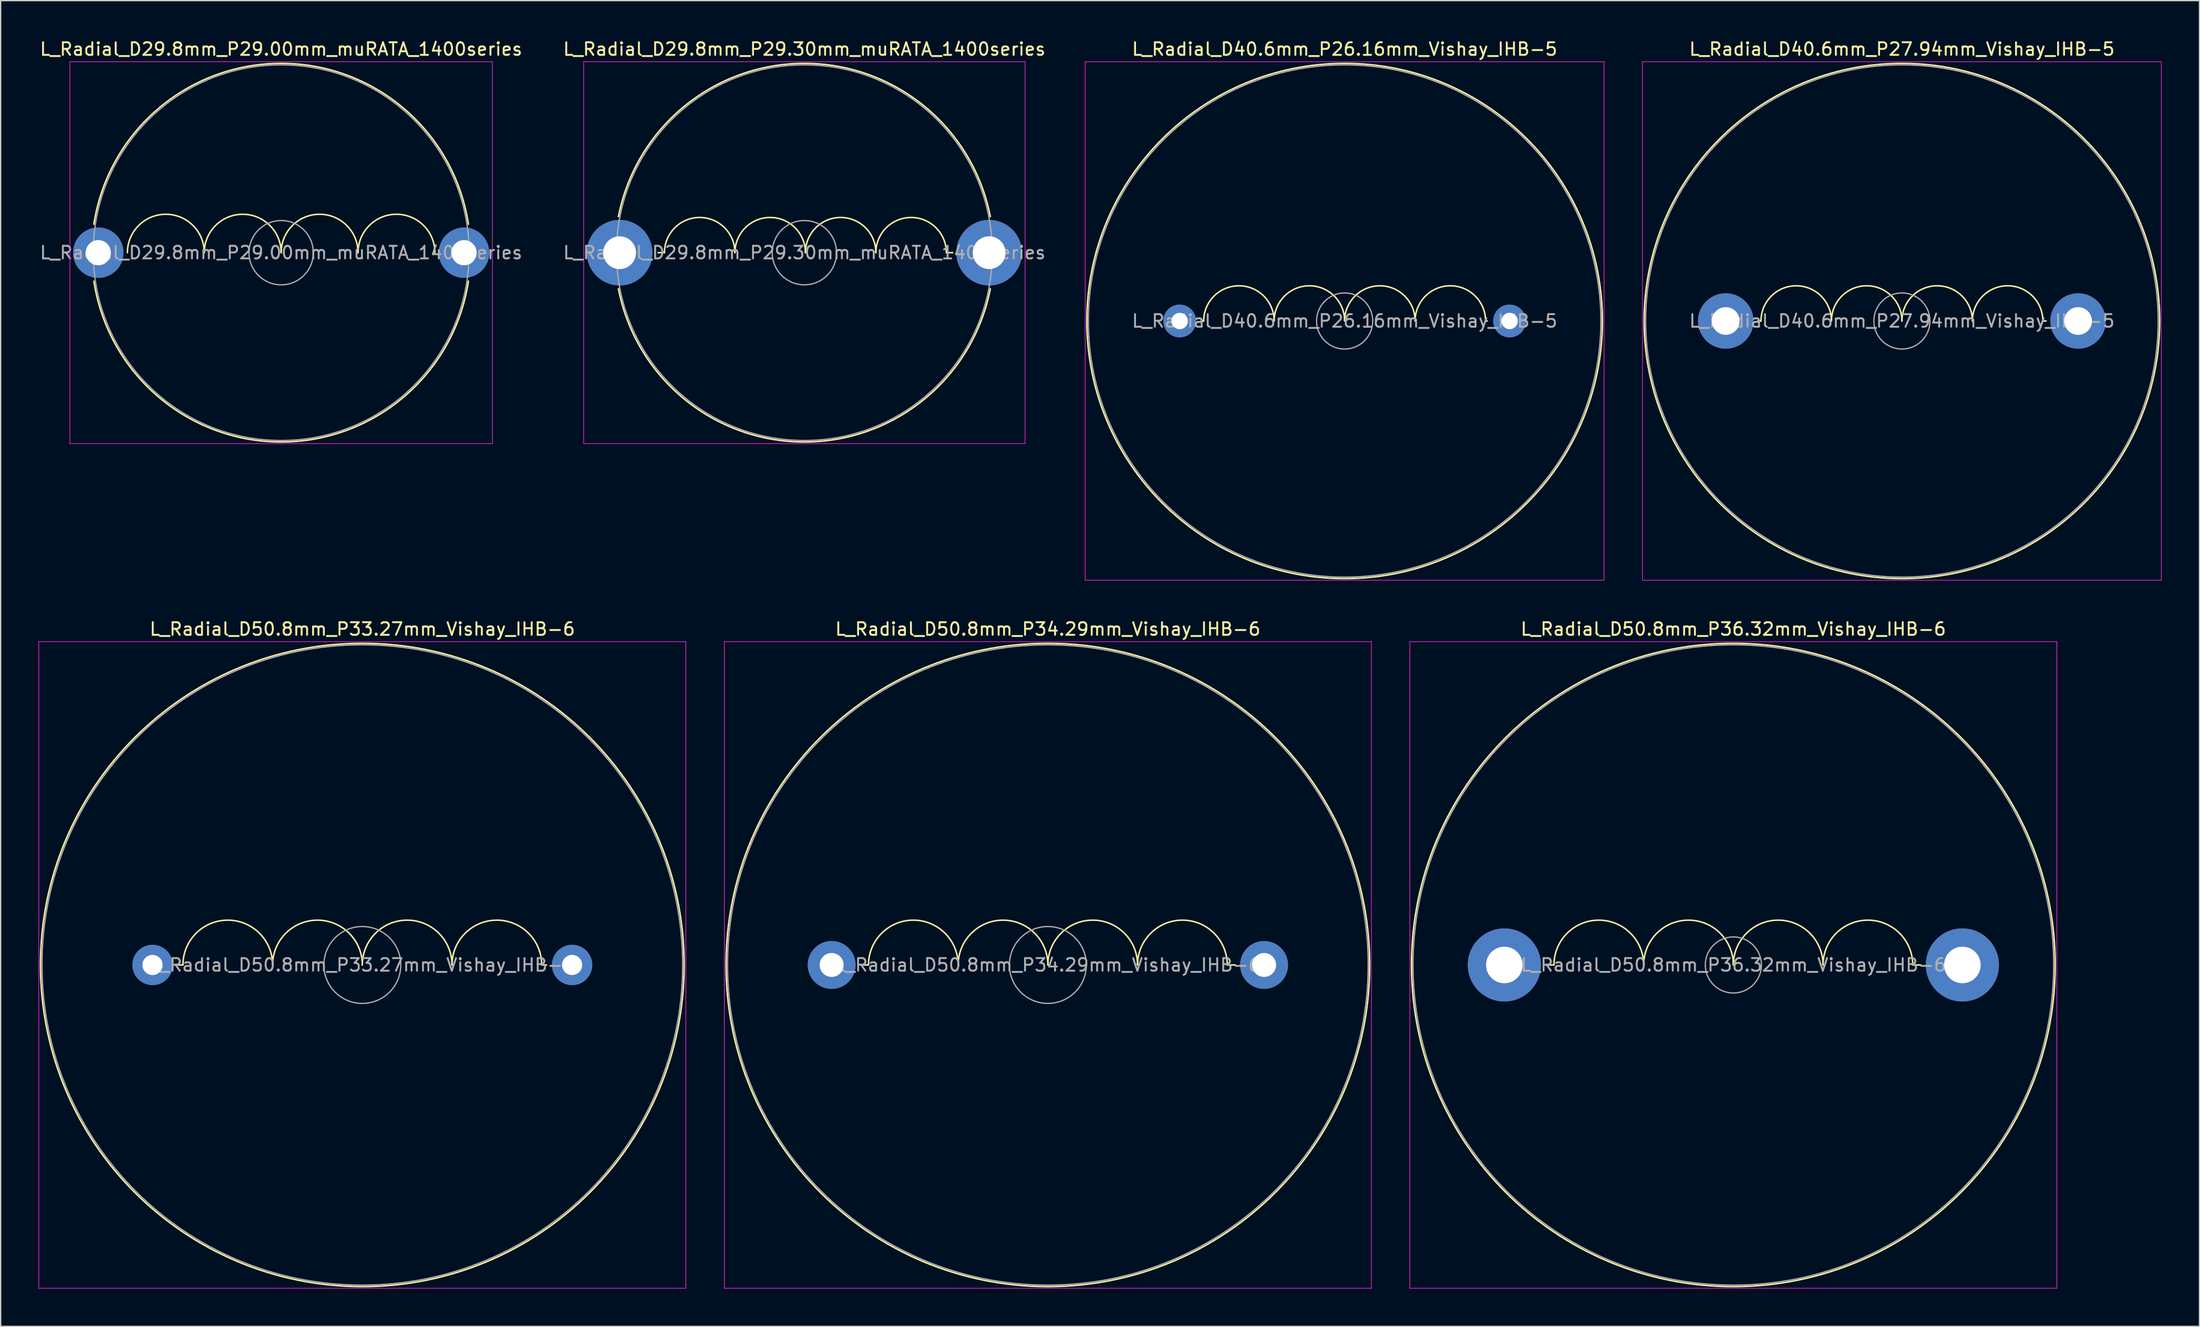
<source format=kicad_pcb>
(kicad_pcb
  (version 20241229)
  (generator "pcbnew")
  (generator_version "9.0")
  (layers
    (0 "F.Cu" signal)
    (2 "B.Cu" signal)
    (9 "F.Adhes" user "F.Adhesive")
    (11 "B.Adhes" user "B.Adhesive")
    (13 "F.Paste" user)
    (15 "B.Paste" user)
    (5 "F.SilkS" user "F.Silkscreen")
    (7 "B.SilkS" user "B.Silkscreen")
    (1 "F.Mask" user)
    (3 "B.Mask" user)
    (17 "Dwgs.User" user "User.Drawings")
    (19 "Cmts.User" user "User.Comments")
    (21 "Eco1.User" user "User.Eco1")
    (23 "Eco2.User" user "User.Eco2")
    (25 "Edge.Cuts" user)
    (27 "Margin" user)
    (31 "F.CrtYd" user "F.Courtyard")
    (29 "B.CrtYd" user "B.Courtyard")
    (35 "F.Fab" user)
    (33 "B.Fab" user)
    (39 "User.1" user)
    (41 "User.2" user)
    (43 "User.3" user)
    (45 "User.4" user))
  (footprint "L_Radial_D50.8mm_P34.29mm_Vishay_IHB-6"
    (layer "F.Cu")
    (at 62.895 73.511)
    (property "Reference" "L_Radial_D50.8mm_P34.29mm_Vishay_IHB-6" (at 17.145 -26.65 0) (layer "F.SilkS") (effects (font (size 1 1) (thickness 0.15))))
    (attr through_hole)
    (fp_line (start 2.921 0) (end 2.286 0) (stroke (width 0.12) (type solid)) (layer "F.SilkS"))
    (fp_line (start 31.369 0) (end 32.004 0) (stroke (width 0.12) (type solid)) (layer "F.SilkS"))
    (fp_arc (start 2.921 0) (mid 6.477 -3.556) (end 10.033 0) (stroke (width 0.12) (type solid)) (layer "F.SilkS"))
    (fp_arc (start 10.033 0) (mid 13.589 -3.556) (end 17.145 0) (stroke (width 0.12) (type solid)) (layer "F.SilkS"))
    (fp_arc (start 17.145 0) (mid 20.701 -3.556) (end 24.257 0) (stroke (width 0.12) (type solid)) (layer "F.SilkS"))
    (fp_arc (start 24.257 0) (mid 27.813 -3.556) (end 31.369 0) (stroke (width 0.12) (type solid)) (layer "F.SilkS"))
    (fp_circle (center 17.145 0) (end 42.665 0) (stroke (width 0.12) (type solid)) (fill no) (layer "F.SilkS"))
    (fp_line (start -8.51 -25.65) (end -8.51 25.65) (stroke (width 0.05) (type solid)) (layer "F.CrtYd"))
    (fp_line (start -8.51 25.65) (end 42.8 25.65) (stroke (width 0.05) (type solid)) (layer "F.CrtYd"))
    (fp_line (start 42.8 -25.65) (end -8.51 -25.65) (stroke (width 0.05) (type solid)) (layer "F.CrtYd"))
    (fp_line (start 42.8 25.65) (end 42.8 -25.65) (stroke (width 0.05) (type solid)) (layer "F.CrtYd"))
    (fp_circle (center 17.145 0) (end 20.195 0) (stroke (width 0.1) (type solid)) (fill no) (layer "F.Fab"))
    (fp_circle (center 17.145 0) (end 42.545 0) (stroke (width 0.1) (type solid)) (fill no) (layer "F.Fab"))
    (fp_text user "${REFERENCE}" (at 17.145 0 0) (layer "F.Fab") (effects (font (size 1 1) (thickness 0.15))))
    (pad "1" thru_hole circle (at 0 0) (size 3.8 3.8) (drill 1.9) (layers "*.Cu" "*.Mask"))
    (pad "2" thru_hole circle (at 34.29 0) (size 3.8 3.8) (drill 1.9) (layers "*.Cu" "*.Mask")))
  (footprint "L_Radial_D40.6mm_P27.94mm_Vishay_IHB-5"
    (layer "F.Cu")
    (at 133.791 22.418)
    (property "Reference" "L_Radial_D40.6mm_P27.94mm_Vishay_IHB-5" (at 13.97 -21.57 0) (layer "F.SilkS") (effects (font (size 1 1) (thickness 0.15))))
    (attr through_hole)
    (fp_line (start 2.794 0) (end 2.54 0) (stroke (width 0.12) (type solid)) (layer "F.SilkS"))
    (fp_line (start 25.146 0) (end 25.4 0) (stroke (width 0.12) (type solid)) (layer "F.SilkS"))
    (fp_arc (start 2.794 0) (mid 5.588 -2.794) (end 8.382 0) (stroke (width 0.12) (type solid)) (layer "F.SilkS"))
    (fp_arc (start 8.382 0) (mid 11.176 -2.794) (end 13.97 0) (stroke (width 0.12) (type solid)) (layer "F.SilkS"))
    (fp_arc (start 13.97 0) (mid 16.764 -2.794) (end 19.558 0) (stroke (width 0.12) (type solid)) (layer "F.SilkS"))
    (fp_arc (start 19.558 0) (mid 22.352 -2.794) (end 25.146 0) (stroke (width 0.12) (type solid)) (layer "F.SilkS"))
    (fp_circle (center 13.97 0) (end 34.41 0) (stroke (width 0.12) (type solid)) (fill no) (layer "F.SilkS"))
    (fp_line (start -6.6 -20.57) (end -6.6 20.57) (stroke (width 0.05) (type solid)) (layer "F.CrtYd"))
    (fp_line (start -6.6 20.57) (end 34.54 20.57) (stroke (width 0.05) (type solid)) (layer "F.CrtYd"))
    (fp_line (start 34.54 -20.57) (end -6.6 -20.57) (stroke (width 0.05) (type solid)) (layer "F.CrtYd"))
    (fp_line (start 34.54 20.57) (end 34.54 -20.57) (stroke (width 0.05) (type solid)) (layer "F.CrtYd"))
    (fp_circle (center 13.97 0) (end 16.195 0) (stroke (width 0.1) (type solid)) (fill no) (layer "F.Fab"))
    (fp_circle (center 13.97 0) (end 34.29 0) (stroke (width 0.1) (type solid)) (fill no) (layer "F.Fab"))
    (fp_text user "${REFERENCE}" (at 13.97 0 0) (layer "F.Fab") (effects (font (size 1 1) (thickness 0.15))))
    (pad "1" thru_hole circle (at 0 0) (size 4.4 4.4) (drill 2.2) (layers "*.Cu" "*.Mask"))
    (pad "2" thru_hole circle (at 27.94 0) (size 4.4 4.4) (drill 2.2) (layers "*.Cu" "*.Mask")))
  (footprint "L_Radial_D40.6mm_P26.16mm_Vishay_IHB-5"
    (layer "F.Cu")
    (at 90.491 22.418)
    (property "Reference" "L_Radial_D40.6mm_P26.16mm_Vishay_IHB-5" (at 13.08 -21.57 0) (layer "F.SilkS") (effects (font (size 1 1) (thickness 0.15))))
    (attr through_hole)
    (fp_line (start 1.904 0) (end 1.778 0) (stroke (width 0.12) (type solid)) (layer "F.SilkS"))
    (fp_line (start 24.256 0) (end 24.384 0) (stroke (width 0.12) (type solid)) (layer "F.SilkS"))
    (fp_arc (start 1.904 0) (mid 4.698 -2.794) (end 7.492 0) (stroke (width 0.12) (type solid)) (layer "F.SilkS"))
    (fp_arc (start 7.492 0) (mid 10.286 -2.794) (end 13.08 0) (stroke (width 0.12) (type solid)) (layer "F.SilkS"))
    (fp_arc (start 13.08 0) (mid 15.874 -2.794) (end 18.668 0) (stroke (width 0.12) (type solid)) (layer "F.SilkS"))
    (fp_arc (start 18.668 0) (mid 21.462 -2.794) (end 24.256 0) (stroke (width 0.12) (type solid)) (layer "F.SilkS"))
    (fp_circle (center 13.08 0) (end 33.52 0) (stroke (width 0.12) (type solid)) (fill no) (layer "F.SilkS"))
    (fp_line (start -7.49 -20.57) (end -7.49 20.57) (stroke (width 0.05) (type solid)) (layer "F.CrtYd"))
    (fp_line (start -7.49 20.57) (end 33.65 20.57) (stroke (width 0.05) (type solid)) (layer "F.CrtYd"))
    (fp_line (start 33.65 -20.57) (end -7.49 -20.57) (stroke (width 0.05) (type solid)) (layer "F.CrtYd"))
    (fp_line (start 33.65 20.57) (end 33.65 -20.57) (stroke (width 0.05) (type solid)) (layer "F.CrtYd"))
    (fp_circle (center 13.08 0) (end 15.305 0) (stroke (width 0.1) (type solid)) (fill no) (layer "F.Fab"))
    (fp_circle (center 13.08 0) (end 33.4 0) (stroke (width 0.1) (type solid)) (fill no) (layer "F.Fab"))
    (fp_text user "${REFERENCE}" (at 13.08 0 0) (layer "F.Fab") (effects (font (size 1 1) (thickness 0.15))))
    (pad "1" thru_hole circle (at 0 0) (size 2.6 2.6) (drill 1.3) (layers "*.Cu" "*.Mask"))
    (pad "2" thru_hole circle (at 26.16 0) (size 2.6 2.6) (drill 1.3) (layers "*.Cu" "*.Mask")))
  (footprint "L_Radial_D50.8mm_P33.27mm_Vishay_IHB-6"
    (layer "F.Cu")
    (at 9.045 73.511)
    (property "Reference" "L_Radial_D50.8mm_P33.27mm_Vishay_IHB-6" (at 16.635 -26.65 0) (layer "F.SilkS") (effects (font (size 1 1) (thickness 0.15))))
    (attr through_hole)
    (fp_line (start 2.411 0) (end 2.032 0) (stroke (width 0.12) (type solid)) (layer "F.SilkS"))
    (fp_line (start 30.859 0) (end 31.242 0) (stroke (width 0.12) (type solid)) (layer "F.SilkS"))
    (fp_arc (start 2.411 0) (mid 5.967 -3.556) (end 9.523 0) (stroke (width 0.12) (type solid)) (layer "F.SilkS"))
    (fp_arc (start 9.523 0) (mid 13.079 -3.556) (end 16.635 0) (stroke (width 0.12) (type solid)) (layer "F.SilkS"))
    (fp_arc (start 16.635 0) (mid 20.191 -3.556) (end 23.747 0) (stroke (width 0.12) (type solid)) (layer "F.SilkS"))
    (fp_arc (start 23.747 0) (mid 27.303 -3.556) (end 30.859 0) (stroke (width 0.12) (type solid)) (layer "F.SilkS"))
    (fp_circle (center 16.635 0) (end 42.155 0) (stroke (width 0.12) (type solid)) (fill no) (layer "F.SilkS"))
    (fp_line (start -9.02 -25.65) (end -9.02 25.65) (stroke (width 0.05) (type solid)) (layer "F.CrtYd"))
    (fp_line (start -9.02 25.65) (end 42.29 25.65) (stroke (width 0.05) (type solid)) (layer "F.CrtYd"))
    (fp_line (start 42.29 -25.65) (end -9.02 -25.65) (stroke (width 0.05) (type solid)) (layer "F.CrtYd"))
    (fp_line (start 42.29 25.65) (end 42.29 -25.65) (stroke (width 0.05) (type solid)) (layer "F.CrtYd"))
    (fp_circle (center 16.635 0) (end 19.685 0) (stroke (width 0.1) (type solid)) (fill no) (layer "F.Fab"))
    (fp_circle (center 16.635 0) (end 42.035 0) (stroke (width 0.1) (type solid)) (fill no) (layer "F.Fab"))
    (fp_text user "${REFERENCE}" (at 16.635 0 0) (layer "F.Fab") (effects (font (size 1 1) (thickness 0.15))))
    (pad "1" thru_hole circle (at 0 0) (size 3.2 3.2) (drill 1.6) (layers "*.Cu" "*.Mask"))
    (pad "2" thru_hole circle (at 33.27 0) (size 3.2 3.2) (drill 1.6) (layers "*.Cu" "*.Mask")))
  (footprint "L_Radial_D29.8mm_P29.00mm_muRATA_1400series"
    (layer "F.Cu")
    (at 4.744 16.998)
    (property "Reference" "L_Radial_D29.8mm_P29.00mm_muRATA_1400series" (at 14.5 -16.15 0) (layer "F.SilkS") (effects (font (size 1 1) (thickness 0.15))))
    (attr through_hole)
    (fp_arc (start -0.349 -2.26) (mid 14.5 -15.02) (end 29.349 -2.26) (stroke (width 0.12) (type solid)) (layer "F.SilkS"))
    (fp_arc (start 2.308 0) (mid 5.356 -3.048) (end 8.404 0) (stroke (width 0.12) (type solid)) (layer "F.SilkS"))
    (fp_arc (start 8.404 0) (mid 11.452 -3.048) (end 14.5 0) (stroke (width 0.12) (type solid)) (layer "F.SilkS"))
    (fp_arc (start 14.5 0) (mid 17.548 -3.048) (end 20.596 0) (stroke (width 0.12) (type solid)) (layer "F.SilkS"))
    (fp_arc (start 20.596 0) (mid 23.644 -3.048) (end 26.692 0) (stroke (width 0.12) (type solid)) (layer "F.SilkS"))
    (fp_arc (start 29.349 2.26) (mid 14.5 15.02) (end -0.349 2.26) (stroke (width 0.12) (type solid)) (layer "F.SilkS"))
    (fp_line (start -2.25 -15.15) (end -2.25 15.15) (stroke (width 0.05) (type solid)) (layer "F.CrtYd"))
    (fp_line (start -2.25 15.15) (end 31.25 15.15) (stroke (width 0.05) (type solid)) (layer "F.CrtYd"))
    (fp_line (start 31.25 -15.15) (end -2.25 -15.15) (stroke (width 0.05) (type solid)) (layer "F.CrtYd"))
    (fp_line (start 31.25 15.15) (end 31.25 -15.15) (stroke (width 0.05) (type solid)) (layer "F.CrtYd"))
    (fp_circle (center 14.5 0) (end 17.05 0) (stroke (width 0.1) (type solid)) (fill no) (layer "F.Fab"))
    (fp_circle (center 14.5 0) (end 29.4 0) (stroke (width 0.1) (type solid)) (fill no) (layer "F.Fab"))
    (fp_text user "${REFERENCE}" (at 14.5 0 0) (layer "F.Fab") (effects (font (size 1 1) (thickness 0.15))))
    (pad "1" thru_hole circle (at 0 0) (size 4 4) (drill 2) (layers "*.Cu" "*.Mask"))
    (pad "2" thru_hole circle (at 29 0) (size 4 4) (drill 2) (layers "*.Cu" "*.Mask")))
  (footprint "L_Radial_D29.8mm_P29.30mm_muRATA_1400series"
    (layer "F.Cu")
    (at 46.082 16.998)
    (property "Reference" "L_Radial_D29.8mm_P29.30mm_muRATA_1400series" (at 14.65 -16.15 0) (layer "F.SilkS") (effects (font (size 1 1) (thickness 0.15))))
    (attr through_hole)
    (fp_line (start 3.556 0) (end 3.048 0) (stroke (width 0.12) (type solid)) (layer "F.SilkS"))
    (fp_line (start 25.908 0) (end 26.416 0) (stroke (width 0.12) (type solid)) (layer "F.SilkS"))
    (fp_arc (start -0.095196 -2.86) (mid 14.65 -15.02) (end 29.395196 -2.86) (stroke (width 0.12) (type solid)) (layer "F.SilkS"))
    (fp_arc (start 3.556 0) (mid 6.35 -2.794) (end 9.144 0) (stroke (width 0.12) (type solid)) (layer "F.SilkS"))
    (fp_arc (start 9.144 0) (mid 11.938 -2.794) (end 14.732 0) (stroke (width 0.12) (type solid)) (layer "F.SilkS"))
    (fp_arc (start 14.732 0) (mid 17.526 -2.794) (end 20.32 0) (stroke (width 0.12) (type solid)) (layer "F.SilkS"))
    (fp_arc (start 20.32 0) (mid 23.114 -2.794) (end 25.908 0) (stroke (width 0.12) (type solid)) (layer "F.SilkS"))
    (fp_arc (start 29.395196 2.86) (mid 14.65 15.02) (end -0.095196 2.86) (stroke (width 0.12) (type solid)) (layer "F.SilkS"))
    (fp_line (start -2.85 -15.15) (end -2.85 15.15) (stroke (width 0.05) (type solid)) (layer "F.CrtYd"))
    (fp_line (start -2.85 15.15) (end 32.15 15.15) (stroke (width 0.05) (type solid)) (layer "F.CrtYd"))
    (fp_line (start 32.15 -15.15) (end -2.85 -15.15) (stroke (width 0.05) (type solid)) (layer "F.CrtYd"))
    (fp_line (start 32.15 15.15) (end 32.15 -15.15) (stroke (width 0.05) (type solid)) (layer "F.CrtYd"))
    (fp_circle (center 14.65 0) (end 17.2 0) (stroke (width 0.1) (type solid)) (fill no) (layer "F.Fab"))
    (fp_circle (center 14.65 0) (end 29.55 0) (stroke (width 0.1) (type solid)) (fill no) (layer "F.Fab"))
    (fp_text user "${REFERENCE}" (at 14.65 0 0) (layer "F.Fab") (effects (font (size 1 1) (thickness 0.15))))
    (pad "1" thru_hole circle (at 0 0) (size 5.2 5.2) (drill 2.6) (layers "*.Cu" "*.Mask"))
    (pad "2" thru_hole circle (at 29.3 0) (size 5.2 5.2) (drill 2.6) (layers "*.Cu" "*.Mask")))
  (footprint "L_Radial_D50.8mm_P36.32mm_Vishay_IHB-6"
    (layer "F.Cu")
    (at 116.235 73.511)
    (property "Reference" "L_Radial_D50.8mm_P36.32mm_Vishay_IHB-6" (at 18.16 -26.65 0) (layer "F.SilkS") (effects (font (size 1 1) (thickness 0.15))))
    (attr through_hole)
    (fp_line (start 3.936 0) (end 3.302 0) (stroke (width 0.12) (type solid)) (layer "F.SilkS"))
    (fp_line (start 32.384 0) (end 33.02 0) (stroke (width 0.12) (type solid)) (layer "F.SilkS"))
    (fp_arc (start 3.936 0) (mid 7.492 -3.556) (end 11.048 0) (stroke (width 0.12) (type solid)) (layer "F.SilkS"))
    (fp_arc (start 11.048 0) (mid 14.604 -3.556) (end 18.16 0) (stroke (width 0.12) (type solid)) (layer "F.SilkS"))
    (fp_arc (start 18.16 0) (mid 21.716 -3.556) (end 25.272 0) (stroke (width 0.12) (type solid)) (layer "F.SilkS"))
    (fp_arc (start 25.272 0) (mid 28.828 -3.556) (end 32.384 0) (stroke (width 0.12) (type solid)) (layer "F.SilkS"))
    (fp_circle (center 18.16 0) (end 43.68 0) (stroke (width 0.12) (type solid)) (fill no) (layer "F.SilkS"))
    (fp_line (start -7.49 -25.65) (end -7.49 25.65) (stroke (width 0.05) (type solid)) (layer "F.CrtYd"))
    (fp_line (start -7.49 25.65) (end 43.81 25.65) (stroke (width 0.05) (type solid)) (layer "F.CrtYd"))
    (fp_line (start 43.81 -25.65) (end -7.49 -25.65) (stroke (width 0.05) (type solid)) (layer "F.CrtYd"))
    (fp_line (start 43.81 25.65) (end 43.81 -25.65) (stroke (width 0.05) (type solid)) (layer "F.CrtYd"))
    (fp_circle (center 18.16 0) (end 20.385 0) (stroke (width 0.1) (type solid)) (fill no) (layer "F.Fab"))
    (fp_circle (center 18.16 0) (end 43.56 0) (stroke (width 0.1) (type solid)) (fill no) (layer "F.Fab"))
    (fp_text user "${REFERENCE}" (at 18.16 0 0) (layer "F.Fab") (effects (font (size 1 1) (thickness 0.15))))
    (pad "1" thru_hole circle (at 0 0) (size 5.8 5.8) (drill 2.9) (layers "*.Cu" "*.Mask"))
    (pad "2" thru_hole circle (at 36.32 0) (size 5.8 5.8) (drill 2.9) (layers "*.Cu" "*.Mask")))
  (gr_rect
    (start -3 -3)
    (end 171.356 102.186)
    (stroke (width 0.1) (type default))
    (fill no)
    (layer "Edge.Cuts")))
</source>
